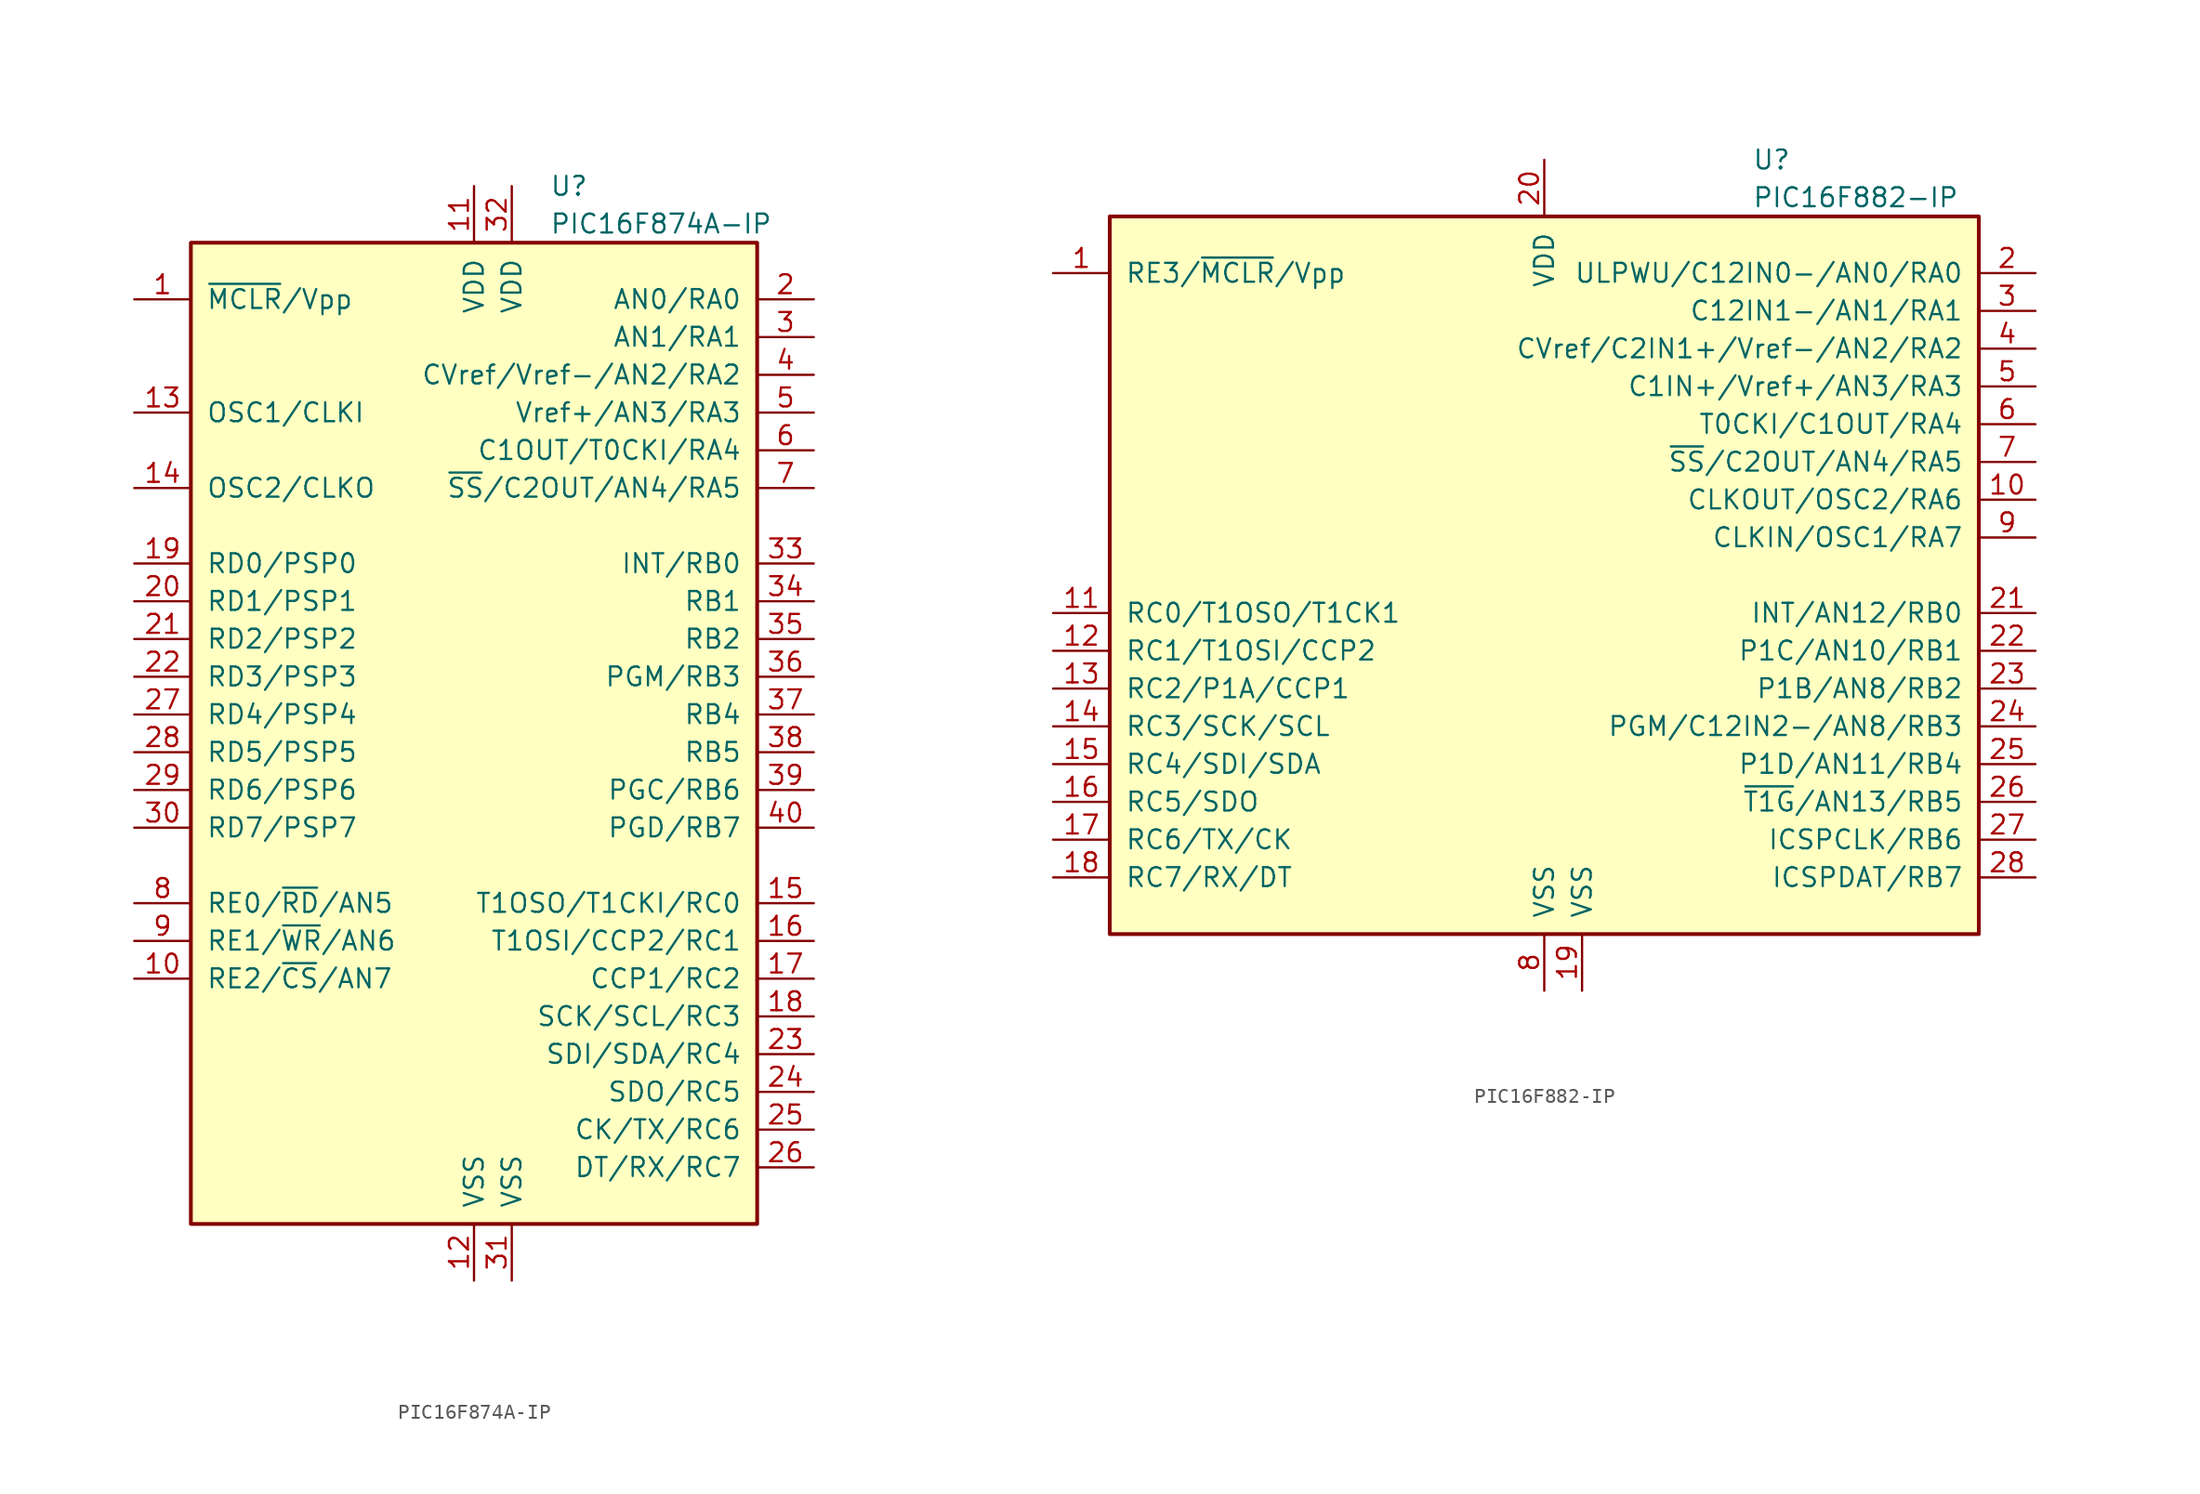
<source format=kicad_sym>
(kicad_symbol_lib
  (version 20200908)
  (generator kicad_symbol_editor)
  (symbol "MCU_Microchip_PIC16:PIC16F874A-IP"
    (pin_names
      (offset 1.016))
    (property "Reference" "U"
      (at 5.08 35.56 0)
      (effects (font (size 1.27 1.27)) (justify left)))
    (property "Value" "PIC16F874A-IP"
      (at 5.08 33.02 0)
      (effects (font (size 1.27 1.27)) (justify left)))
    (symbol "PIC16F874A-IP_0_1"
      (rectangle (start -19.05 31.75) (end 19.05 -34.29) (stroke (width 0.254)) (fill (type background))))
    (symbol "PIC16F874A-IP_1_1"
      (pin input line (at -22.86 27.94 0) (length 3.81) (name "~MCLR~/Vpp" (effects (font (size 1.27 1.27)))) (number "1" (effects (font (size 1.27 1.27)))))
      (pin bidirectional line (at -22.86 -17.78 0) (length 3.81) (name "RE2/~CS~/AN7" (effects (font (size 1.27 1.27)))) (number "10" (effects (font (size 1.27 1.27)))))
      (pin power_in line (at 0 35.56 270) (length 3.81) (name "VDD" (effects (font (size 1.27 1.27)))) (number "11" (effects (font (size 1.27 1.27)))))
      (pin power_in line (at 0 -38.1 90) (length 3.81) (name "VSS" (effects (font (size 1.27 1.27)))) (number "12" (effects (font (size 1.27 1.27)))))
      (pin input line (at -22.86 20.32 0) (length 3.81) (name "OSC1/CLKI" (effects (font (size 1.27 1.27)))) (number "13" (effects (font (size 1.27 1.27)))))
      (pin output line (at -22.86 15.24 0) (length 3.81) (name "OSC2/CLKO" (effects (font (size 1.27 1.27)))) (number "14" (effects (font (size 1.27 1.27)))))
      (pin bidirectional line (at 22.86 -12.7 180) (length 3.81) (name "T1OSO/T1CKI/RC0" (effects (font (size 1.27 1.27)))) (number "15" (effects (font (size 1.27 1.27)))))
      (pin bidirectional line (at 22.86 -15.24 180) (length 3.81) (name "T1OSI/CCP2/RC1" (effects (font (size 1.27 1.27)))) (number "16" (effects (font (size 1.27 1.27)))))
      (pin bidirectional line (at 22.86 -17.78 180) (length 3.81) (name "CCP1/RC2" (effects (font (size 1.27 1.27)))) (number "17" (effects (font (size 1.27 1.27)))))
      (pin bidirectional line (at 22.86 -20.32 180) (length 3.81) (name "SCK/SCL/RC3" (effects (font (size 1.27 1.27)))) (number "18" (effects (font (size 1.27 1.27)))))
      (pin bidirectional line (at -22.86 10.16 0) (length 3.81) (name "RD0/PSP0" (effects (font (size 1.27 1.27)))) (number "19" (effects (font (size 1.27 1.27)))))
      (pin bidirectional line (at 22.86 27.94 180) (length 3.81) (name "AN0/RA0" (effects (font (size 1.27 1.27)))) (number "2" (effects (font (size 1.27 1.27)))))
      (pin bidirectional line (at -22.86 7.62 0) (length 3.81) (name "RD1/PSP1" (effects (font (size 1.27 1.27)))) (number "20" (effects (font (size 1.27 1.27)))))
      (pin bidirectional line (at -22.86 5.08 0) (length 3.81) (name "RD2/PSP2" (effects (font (size 1.27 1.27)))) (number "21" (effects (font (size 1.27 1.27)))))
      (pin bidirectional line (at -22.86 2.54 0) (length 3.81) (name "RD3/PSP3" (effects (font (size 1.27 1.27)))) (number "22" (effects (font (size 1.27 1.27)))))
      (pin bidirectional line (at 22.86 -22.86 180) (length 3.81) (name "SDI/SDA/RC4" (effects (font (size 1.27 1.27)))) (number "23" (effects (font (size 1.27 1.27)))))
      (pin bidirectional line (at 22.86 -25.4 180) (length 3.81) (name "SDO/RC5" (effects (font (size 1.27 1.27)))) (number "24" (effects (font (size 1.27 1.27)))))
      (pin bidirectional line (at 22.86 -27.94 180) (length 3.81) (name "CK/TX/RC6" (effects (font (size 1.27 1.27)))) (number "25" (effects (font (size 1.27 1.27)))))
      (pin bidirectional line (at 22.86 -30.48 180) (length 3.81) (name "DT/RX/RC7" (effects (font (size 1.27 1.27)))) (number "26" (effects (font (size 1.27 1.27)))))
      (pin bidirectional line (at -22.86 0 0) (length 3.81) (name "RD4/PSP4" (effects (font (size 1.27 1.27)))) (number "27" (effects (font (size 1.27 1.27)))))
      (pin bidirectional line (at -22.86 -2.54 0) (length 3.81) (name "RD5/PSP5" (effects (font (size 1.27 1.27)))) (number "28" (effects (font (size 1.27 1.27)))))
      (pin bidirectional line (at -22.86 -5.08 0) (length 3.81) (name "RD6/PSP6" (effects (font (size 1.27 1.27)))) (number "29" (effects (font (size 1.27 1.27)))))
      (pin bidirectional line (at 22.86 25.4 180) (length 3.81) (name "AN1/RA1" (effects (font (size 1.27 1.27)))) (number "3" (effects (font (size 1.27 1.27)))))
      (pin bidirectional line (at -22.86 -7.62 0) (length 3.81) (name "RD7/PSP7" (effects (font (size 1.27 1.27)))) (number "30" (effects (font (size 1.27 1.27)))))
      (pin power_in line (at 2.54 -38.1 90) (length 3.81) (name "VSS" (effects (font (size 1.27 1.27)))) (number "31" (effects (font (size 1.27 1.27)))))
      (pin power_in line (at 2.54 35.56 270) (length 3.81) (name "VDD" (effects (font (size 1.27 1.27)))) (number "32" (effects (font (size 1.27 1.27)))))
      (pin bidirectional line (at 22.86 10.16 180) (length 3.81) (name "INT/RB0" (effects (font (size 1.27 1.27)))) (number "33" (effects (font (size 1.27 1.27)))))
      (pin bidirectional line (at 22.86 7.62 180) (length 3.81) (name "RB1" (effects (font (size 1.27 1.27)))) (number "34" (effects (font (size 1.27 1.27)))))
      (pin bidirectional line (at 22.86 5.08 180) (length 3.81) (name "RB2" (effects (font (size 1.27 1.27)))) (number "35" (effects (font (size 1.27 1.27)))))
      (pin bidirectional line (at 22.86 2.54 180) (length 3.81) (name "PGM/RB3" (effects (font (size 1.27 1.27)))) (number "36" (effects (font (size 1.27 1.27)))))
      (pin bidirectional line (at 22.86 0 180) (length 3.81) (name "RB4" (effects (font (size 1.27 1.27)))) (number "37" (effects (font (size 1.27 1.27)))))
      (pin bidirectional line (at 22.86 -2.54 180) (length 3.81) (name "RB5" (effects (font (size 1.27 1.27)))) (number "38" (effects (font (size 1.27 1.27)))))
      (pin bidirectional line (at 22.86 -5.08 180) (length 3.81) (name "PGC/RB6" (effects (font (size 1.27 1.27)))) (number "39" (effects (font (size 1.27 1.27)))))
      (pin bidirectional line (at 22.86 22.86 180) (length 3.81) (name "CVref/Vref-/AN2/RA2" (effects (font (size 1.27 1.27)))) (number "4" (effects (font (size 1.27 1.27)))))
      (pin bidirectional line (at 22.86 -7.62 180) (length 3.81) (name "PGD/RB7" (effects (font (size 1.27 1.27)))) (number "40" (effects (font (size 1.27 1.27)))))
      (pin bidirectional line (at 22.86 20.32 180) (length 3.81) (name "Vref+/AN3/RA3" (effects (font (size 1.27 1.27)))) (number "5" (effects (font (size 1.27 1.27)))))
      (pin bidirectional line (at 22.86 17.78 180) (length 3.81) (name "C1OUT/T0CKI/RA4" (effects (font (size 1.27 1.27)))) (number "6" (effects (font (size 1.27 1.27)))))
      (pin bidirectional line (at 22.86 15.24 180) (length 3.81) (name "~SS~/C2OUT/AN4/RA5" (effects (font (size 1.27 1.27)))) (number "7" (effects (font (size 1.27 1.27)))))
      (pin bidirectional line (at -22.86 -12.7 0) (length 3.81) (name "RE0/~RD~/AN5" (effects (font (size 1.27 1.27)))) (number "8" (effects (font (size 1.27 1.27)))))
      (pin bidirectional line (at -22.86 -15.24 0) (length 3.81) (name "RE1/~WR~/AN6" (effects (font (size 1.27 1.27)))) (number "9" (effects (font (size 1.27 1.27)))))))
  (symbol "MCU_Microchip_PIC16:PIC16F882-IP"
    (pin_names
      (offset 1.016))
    (property "Reference" "U"
      (at 13.97 27.94 0)
      (effects (font (size 1.27 1.27)) (justify left)))
    (property "Value" "PIC16F882-IP"
      (at 13.97 25.4 0)
      (effects (font (size 1.27 1.27)) (justify left)))
    (symbol "PIC16F882-IP_0_1"
      (rectangle (start -29.21 24.13) (end 29.21 -24.13) (stroke (width 0.254)) (fill (type background))))
    (symbol "PIC16F882-IP_1_1"
      (pin bidirectional line (at -33.02 20.32 0) (length 3.81) (name "RE3/~MCLR~/Vpp" (effects (font (size 1.27 1.27)))) (number "1" (effects (font (size 1.27 1.27)))))
      (pin bidirectional line (at 33.02 5.08 180) (length 3.81) (name "CLKOUT/OSC2/RA6" (effects (font (size 1.27 1.27)))) (number "10" (effects (font (size 1.27 1.27)))))
      (pin bidirectional line (at -33.02 -2.54 0) (length 3.81) (name "RC0/T1OSO/T1CK1" (effects (font (size 1.27 1.27)))) (number "11" (effects (font (size 1.27 1.27)))))
      (pin bidirectional line (at -33.02 -5.08 0) (length 3.81) (name "RC1/T1OSI/CCP2" (effects (font (size 1.27 1.27)))) (number "12" (effects (font (size 1.27 1.27)))))
      (pin bidirectional line (at -33.02 -7.62 0) (length 3.81) (name "RC2/P1A/CCP1" (effects (font (size 1.27 1.27)))) (number "13" (effects (font (size 1.27 1.27)))))
      (pin bidirectional line (at -33.02 -10.16 0) (length 3.81) (name "RC3/SCK/SCL" (effects (font (size 1.27 1.27)))) (number "14" (effects (font (size 1.27 1.27)))))
      (pin bidirectional line (at -33.02 -12.7 0) (length 3.81) (name "RC4/SDI/SDA" (effects (font (size 1.27 1.27)))) (number "15" (effects (font (size 1.27 1.27)))))
      (pin bidirectional line (at -33.02 -15.24 0) (length 3.81) (name "RC5/SDO" (effects (font (size 1.27 1.27)))) (number "16" (effects (font (size 1.27 1.27)))))
      (pin bidirectional line (at -33.02 -17.78 0) (length 3.81) (name "RC6/TX/CK" (effects (font (size 1.27 1.27)))) (number "17" (effects (font (size 1.27 1.27)))))
      (pin bidirectional line (at -33.02 -20.32 0) (length 3.81) (name "RC7/RX/DT" (effects (font (size 1.27 1.27)))) (number "18" (effects (font (size 1.27 1.27)))))
      (pin power_in line (at 2.54 -27.94 90) (length 3.81) (name "VSS" (effects (font (size 1.27 1.27)))) (number "19" (effects (font (size 1.27 1.27)))))
      (pin bidirectional line (at 33.02 20.32 180) (length 3.81) (name "ULPWU/C12IN0-/AN0/RA0" (effects (font (size 1.27 1.27)))) (number "2" (effects (font (size 1.27 1.27)))))
      (pin power_in line (at 0 27.94 270) (length 3.81) (name "VDD" (effects (font (size 1.27 1.27)))) (number "20" (effects (font (size 1.27 1.27)))))
      (pin bidirectional line (at 33.02 -2.54 180) (length 3.81) (name "INT/AN12/RB0" (effects (font (size 1.27 1.27)))) (number "21" (effects (font (size 1.27 1.27)))))
      (pin bidirectional line (at 33.02 -5.08 180) (length 3.81) (name "P1C/AN10/RB1" (effects (font (size 1.27 1.27)))) (number "22" (effects (font (size 1.27 1.27)))))
      (pin bidirectional line (at 33.02 -7.62 180) (length 3.81) (name "P1B/AN8/RB2" (effects (font (size 1.27 1.27)))) (number "23" (effects (font (size 1.27 1.27)))))
      (pin bidirectional line (at 33.02 -10.16 180) (length 3.81) (name "PGM/C12IN2-/AN8/RB3" (effects (font (size 1.27 1.27)))) (number "24" (effects (font (size 1.27 1.27)))))
      (pin bidirectional line (at 33.02 -12.7 180) (length 3.81) (name "P1D/AN11/RB4" (effects (font (size 1.27 1.27)))) (number "25" (effects (font (size 1.27 1.27)))))
      (pin bidirectional line (at 33.02 -15.24 180) (length 3.81) (name "~T1G~/AN13/RB5" (effects (font (size 1.27 1.27)))) (number "26" (effects (font (size 1.27 1.27)))))
      (pin bidirectional line (at 33.02 -17.78 180) (length 3.81) (name "ICSPCLK/RB6" (effects (font (size 1.27 1.27)))) (number "27" (effects (font (size 1.27 1.27)))))
      (pin bidirectional line (at 33.02 -20.32 180) (length 3.81) (name "ICSPDAT/RB7" (effects (font (size 1.27 1.27)))) (number "28" (effects (font (size 1.27 1.27)))))
      (pin bidirectional line (at 33.02 17.78 180) (length 3.81) (name "C12IN1-/AN1/RA1" (effects (font (size 1.27 1.27)))) (number "3" (effects (font (size 1.27 1.27)))))
      (pin bidirectional line (at 33.02 15.24 180) (length 3.81) (name "CVref/C2IN1+/Vref-/AN2/RA2" (effects (font (size 1.27 1.27)))) (number "4" (effects (font (size 1.27 1.27)))))
      (pin bidirectional line (at 33.02 12.7 180) (length 3.81) (name "C1IN+/Vref+/AN3/RA3" (effects (font (size 1.27 1.27)))) (number "5" (effects (font (size 1.27 1.27)))))
      (pin bidirectional line (at 33.02 10.16 180) (length 3.81) (name "T0CKI/C1OUT/RA4" (effects (font (size 1.27 1.27)))) (number "6" (effects (font (size 1.27 1.27)))))
      (pin bidirectional line (at 33.02 7.62 180) (length 3.81) (name "~SS~/C2OUT/AN4/RA5" (effects (font (size 1.27 1.27)))) (number "7" (effects (font (size 1.27 1.27)))))
      (pin power_in line (at 0 -27.94 90) (length 3.81) (name "VSS" (effects (font (size 1.27 1.27)))) (number "8" (effects (font (size 1.27 1.27)))))
      (pin input line (at 33.02 2.54 180) (length 3.81) (name "CLKIN/OSC1/RA7" (effects (font (size 1.27 1.27)))) (number "9" (effects (font (size 1.27 1.27))))))))
</source>
